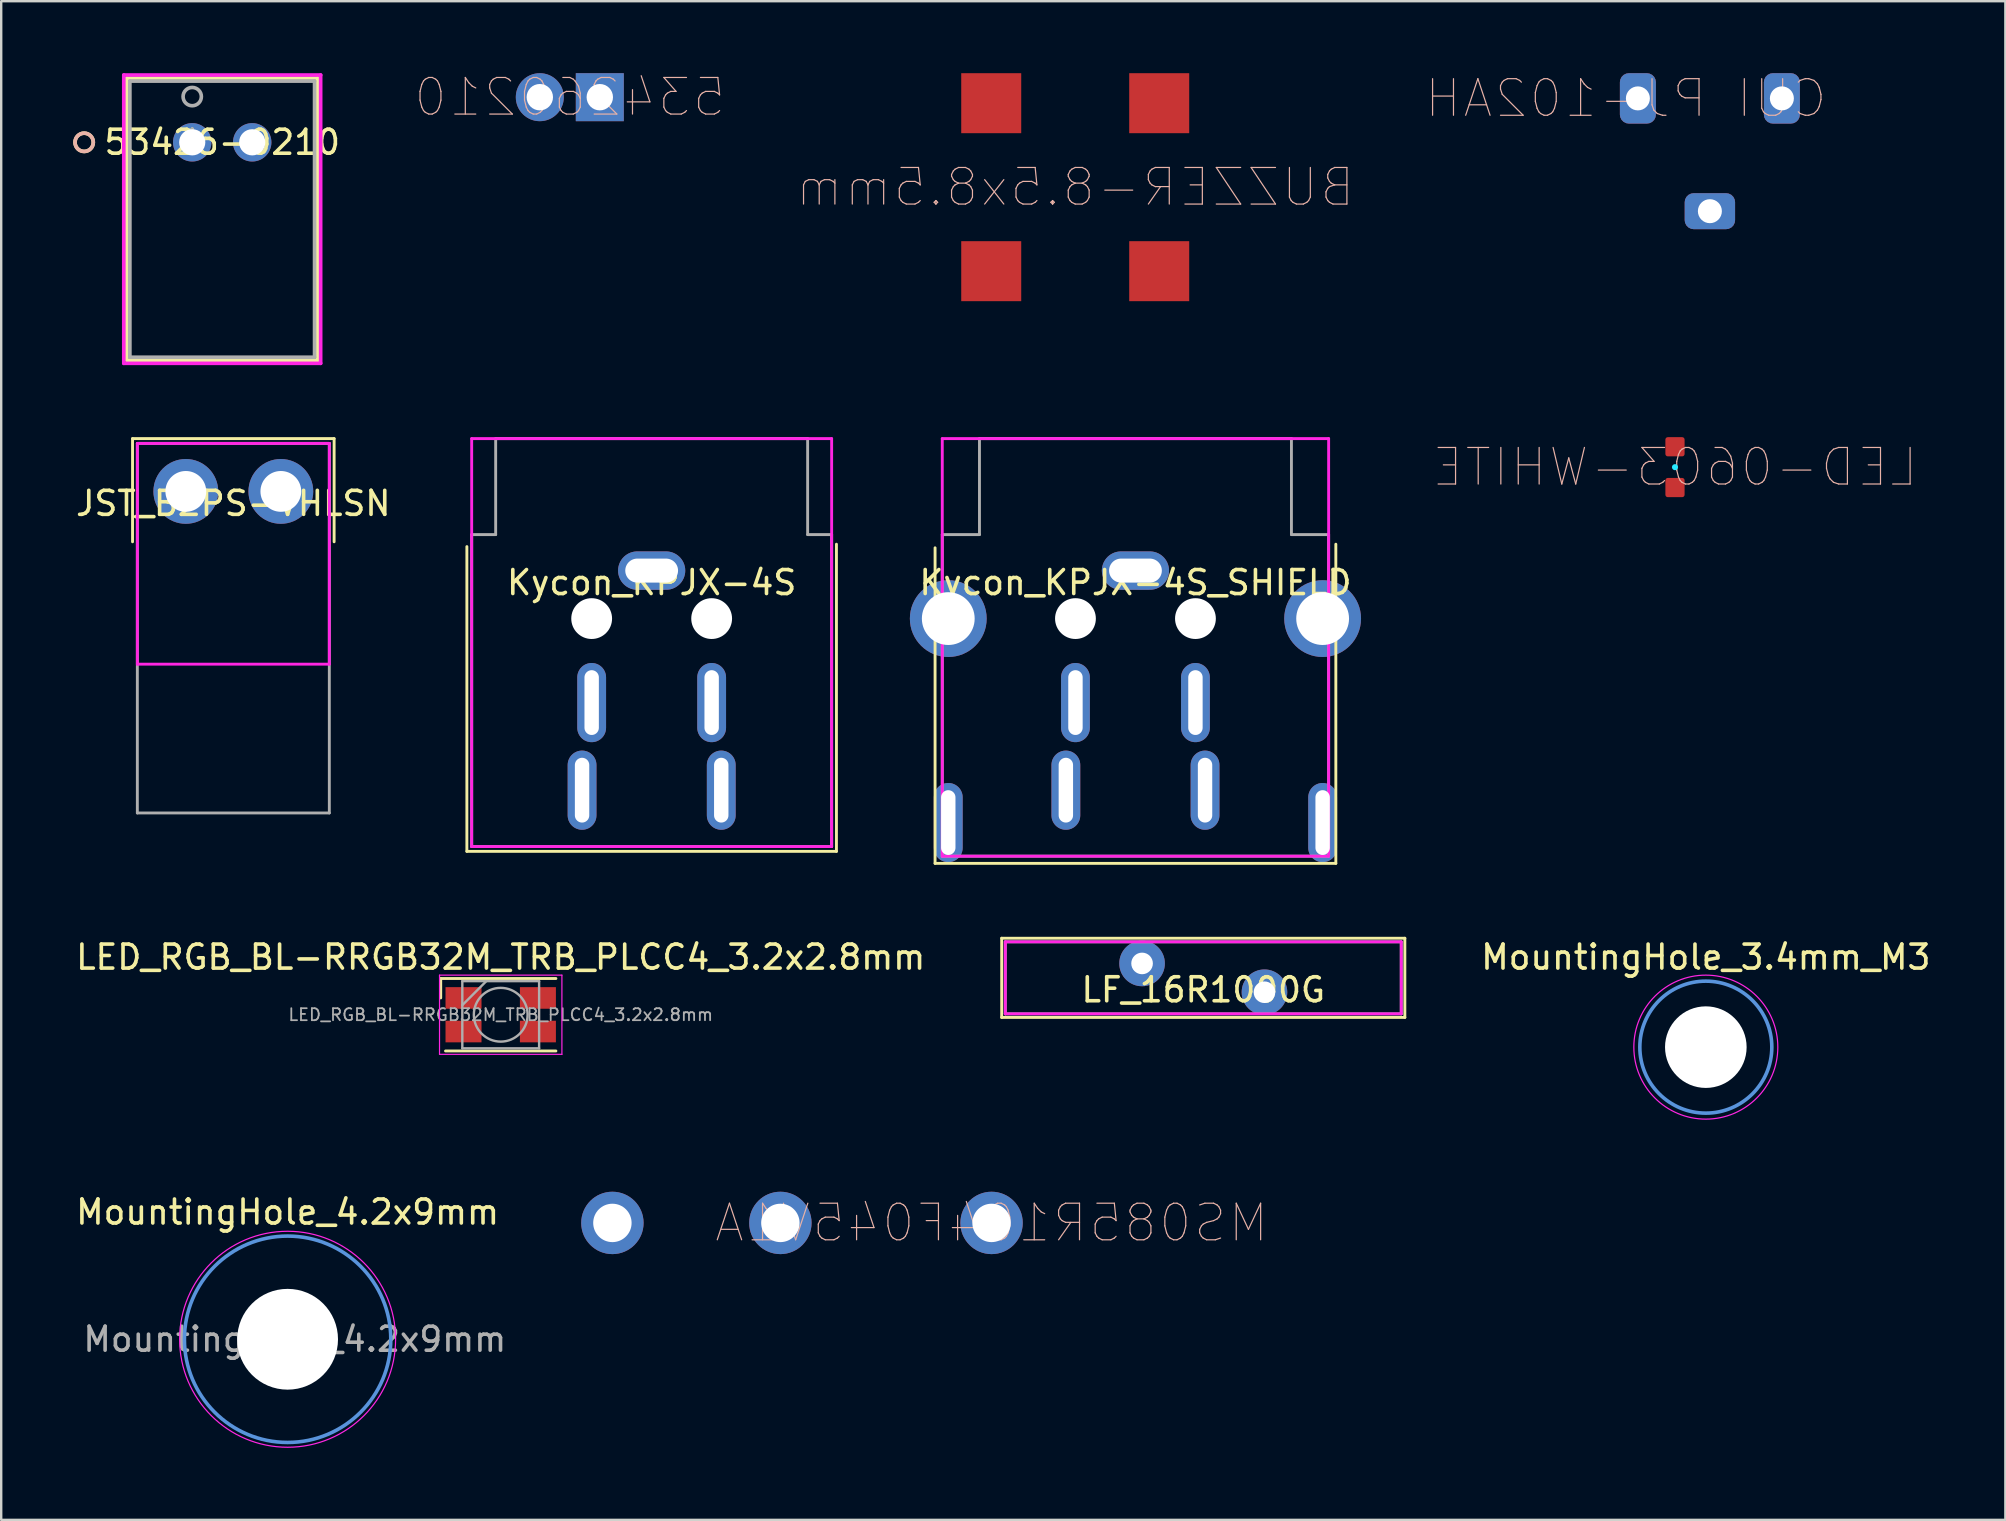
<source format=kicad_pcb>
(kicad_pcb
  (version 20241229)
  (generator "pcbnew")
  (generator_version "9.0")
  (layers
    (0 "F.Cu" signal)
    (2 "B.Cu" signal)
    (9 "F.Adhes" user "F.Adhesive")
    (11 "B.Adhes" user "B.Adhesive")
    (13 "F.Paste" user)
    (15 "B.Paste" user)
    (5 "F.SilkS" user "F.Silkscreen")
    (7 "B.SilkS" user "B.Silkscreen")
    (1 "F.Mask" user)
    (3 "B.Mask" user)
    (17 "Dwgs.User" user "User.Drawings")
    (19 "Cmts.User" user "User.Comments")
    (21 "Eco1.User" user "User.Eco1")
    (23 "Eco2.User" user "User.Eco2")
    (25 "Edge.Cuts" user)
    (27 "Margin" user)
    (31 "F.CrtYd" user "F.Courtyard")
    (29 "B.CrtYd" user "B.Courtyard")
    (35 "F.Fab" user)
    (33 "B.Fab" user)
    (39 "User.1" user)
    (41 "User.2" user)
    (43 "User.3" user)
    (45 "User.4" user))
  (footprint "LED_RGB_BL-RRGB32M_TRB_PLCC4_3.2x2.8mm"
    (layer "F.Cu")
    (at 17.815 39.235)
    (property "Reference" "LED_RGB_BL-RRGB32M_TRB_PLCC4_3.2x2.8mm" (at 0 -2.4 0) (layer "F.SilkS") (effects (font (size 1 1) (thickness 0.15))))
    (attr smd)
    (fp_line (start -2.5 -1.51) (end 2.3 -1.51) (stroke (width 0.12) (type solid)) (layer "F.SilkS"))
    (fp_line (start -2.5 -0.7) (end -2.5 -1.51) (stroke (width 0.12) (type solid)) (layer "F.SilkS"))
    (fp_line (start -2.3 1.51) (end 2.3 1.51) (stroke (width 0.12) (type solid)) (layer "F.SilkS"))
    (fp_line (start -2.55 -1.65) (end -2.55 1.65) (stroke (width 0.05) (type solid)) (layer "F.CrtYd"))
    (fp_line (start -2.55 1.65) (end 2.55 1.65) (stroke (width 0.05) (type solid)) (layer "F.CrtYd"))
    (fp_line (start 2.55 -1.65) (end -2.55 -1.65) (stroke (width 0.05) (type solid)) (layer "F.CrtYd"))
    (fp_line (start 2.55 1.65) (end 2.55 -1.65) (stroke (width 0.05) (type solid)) (layer "F.CrtYd"))
    (fp_line (start -1.6 -1.4) (end -1.6 1.4) (stroke (width 0.1) (type solid)) (layer "F.Fab"))
    (fp_line (start -1.6 1.4) (end 1.6 1.4) (stroke (width 0.1) (type solid)) (layer "F.Fab"))
    (fp_line (start -0.6 -1.4) (end -1.6 -0.4) (stroke (width 0.1) (type solid)) (layer "F.Fab"))
    (fp_line (start 1.6 -1.4) (end -1.6 -1.4) (stroke (width 0.1) (type solid)) (layer "F.Fab"))
    (fp_line (start 1.6 1.4) (end 1.6 -1.4) (stroke (width 0.1) (type solid)) (layer "F.Fab"))
    (fp_circle (center 0 0) (end 1.12 0) (stroke (width 0.1) (type solid)) (fill no) (layer "F.Fab"))
    (fp_text user "${REFERENCE}" (at 0 0 0) (layer "F.Fab") (effects (font (size 0.5 0.5) (thickness 0.075))))
    (pad "1" smd rect (at 1.55 0.7) (size 1.5 0.9) (layers "F.Cu" "F.Mask" "F.Paste"))
    (pad "2" smd rect (at 1.55 -0.7) (size 1.5 0.9) (layers "F.Cu" "F.Mask" "F.Paste"))
    (pad "3" smd rect (at -1.55 -0.7) (size 1.5 0.9) (layers "F.Cu" "F.Mask" "F.Paste"))
    (pad "4" smd rect (at -1.55 0.7) (size 1.5 0.9) (layers "F.Cu" "F.Mask" "F.Paste")))
  (footprint "534260210"
    (layer "F.Cu")
    (at 20.694 1)
    (property "Reference" "534260210" (at 0 0 0) (layer "B.SilkS") (effects (font (size 1.524 1.524) (thickness 0.05)) (justify mirror)))
    (attr smd)
    (pad "1" thru_hole rect (at 1.25 0 180) (size 2 2) (drill 1.1) (layers "*.Cu"))
    (pad "2" thru_hole circle (at -1.25 0 180) (size 2 2) (drill 1.1) (layers "*.Cu")))
  (footprint "Kycon_KPJX-4S_SHIELD"
    (layer "F.Cu")
    (at 44.265 20.727)
    (property "Reference" "Kycon_KPJX-4S_SHIELD" (at 0 0.5 0) (layer "F.SilkS") (effects (font (size 1 1) (thickness 0.15))))
    (attr through_hole)
    (fp_line (start -8.35 -0.95) (end -8.35 12.2) (stroke (width 0.12) (type solid)) (layer "F.SilkS"))
    (fp_line (start -8.35 12.2) (end 8.35 12.2) (stroke (width 0.12) (type solid)) (layer "F.SilkS"))
    (fp_line (start 8.35 12.2) (end 8.35 -1.1) (stroke (width 0.12) (type solid)) (layer "F.SilkS"))
    (fp_line (start -8.05 -5.5) (end -8.05 11.9) (stroke (width 0.12) (type solid)) (layer "F.CrtYd"))
    (fp_line (start -8.05 11.9) (end 8.05 11.9) (stroke (width 0.12) (type solid)) (layer "F.CrtYd"))
    (fp_line (start 8.05 -5.5) (end -8.05 -5.5) (stroke (width 0.12) (type solid)) (layer "F.CrtYd"))
    (fp_line (start 8.05 11.9) (end 8.05 -5.5) (stroke (width 0.12) (type solid)) (layer "F.CrtYd"))
    (fp_line (start -8.05 -1.5) (end -8.05 11.9) (stroke (width 0.12) (type solid)) (layer "F.Fab"))
    (fp_line (start -8.05 11.9) (end 8.05 11.9) (stroke (width 0.12) (type solid)) (layer "F.Fab"))
    (fp_line (start -6.5 -5.5) (end -6.5 -1.5) (stroke (width 0.12) (type solid)) (layer "F.Fab"))
    (fp_line (start -6.5 -1.5) (end -8.05 -1.5) (stroke (width 0.12) (type solid)) (layer "F.Fab"))
    (fp_line (start 6.5 -5.5) (end -6.5 -5.5) (stroke (width 0.12) (type solid)) (layer "F.Fab"))
    (fp_line (start 6.5 -1.5) (end 6.5 -5.5) (stroke (width 0.12) (type solid)) (layer "F.Fab"))
    (fp_line (start 8.05 -1.5) (end 6.5 -1.5) (stroke (width 0.12) (type solid)) (layer "F.Fab"))
    (fp_line (start 8.05 11.9) (end 8.05 -1.5) (stroke (width 0.12) (type solid)) (layer "F.Fab"))
    (pad "" np_thru_hole circle (at -2.5 2) (size 1.7 1.7) (drill 1.7) (layers "*.Cu" "*.Mask"))
    (pad "" thru_hole oval (at 0 0) (size 2.8 1.6) (drill oval 2.2 1) (layers "*.Cu" "*.Mask"))
    (pad "" np_thru_hole circle (at 2.5 2) (size 1.7 1.7) (drill 1.7) (layers "*.Cu" "*.Mask"))
    (pad "1" thru_hole oval (at 2.9 9.15) (size 1.2 3.3) (drill oval 0.6 2.7) (layers "*.Cu" "*.Mask"))
    (pad "2" thru_hole oval (at -2.9 9.15) (size 1.2 3.3) (drill oval 0.6 2.7) (layers "*.Cu" "*.Mask"))
    (pad "3" thru_hole oval (at 2.5 5.5) (size 1.2 3.3) (drill oval 0.6 2.7) (layers "*.Cu" "*.Mask"))
    (pad "4" thru_hole oval (at -2.5 5.5) (size 1.2 3.3) (drill oval 0.6 2.7) (layers "*.Cu" "*.Mask"))
    (pad "5" thru_hole oval (at 7.8 10.5) (size 1.2 3.3) (drill oval 0.6 2.7) (layers "*.Cu" "*.Mask"))
    (pad "6" thru_hole oval (at -7.8 10.5) (size 1.2 3.3) (drill oval 0.6 2.7) (layers "*.Cu" "*.Mask"))
    (pad "7" thru_hole circle (at 7.8 2) (size 3.2 3.2) (drill 2.2) (layers "*.Cu" "*.Mask"))
    (pad "8" thru_hole circle (at -7.8 2) (size 3.2 3.2) (drill 2.2) (layers "*.Cu" "*.Mask")))
  (footprint "Kycon_KPJX-4S"
    (layer "F.Cu")
    (at 24.105 20.727)
    (property "Reference" "Kycon_KPJX-4S" (at 0 0.5 0) (layer "F.SilkS") (effects (font (size 1 1) (thickness 0.15))))
    (attr through_hole)
    (fp_line (start -7.7 -1) (end -7.7 11.7) (stroke (width 0.12) (type solid)) (layer "F.SilkS"))
    (fp_line (start -7.7 11.7) (end 7.7 11.7) (stroke (width 0.12) (type solid)) (layer "F.SilkS"))
    (fp_line (start 7.7 11.7) (end 7.7 -1.1) (stroke (width 0.12) (type solid)) (layer "F.SilkS"))
    (fp_line (start -7.5 -5.5) (end -7.5 11.5) (stroke (width 0.12) (type solid)) (layer "F.CrtYd"))
    (fp_line (start -7.5 11.5) (end 7.5 11.5) (stroke (width 0.12) (type solid)) (layer "F.CrtYd"))
    (fp_line (start 7.5 -5.5) (end -7.5 -5.5) (stroke (width 0.12) (type solid)) (layer "F.CrtYd"))
    (fp_line (start 7.5 11.5) (end 7.5 -5.5) (stroke (width 0.12) (type solid)) (layer "F.CrtYd"))
    (fp_line (start -7.5 -1.5) (end -7.5 11.5) (stroke (width 0.12) (type solid)) (layer "F.Fab"))
    (fp_line (start -7.5 11.5) (end 7.5 11.5) (stroke (width 0.12) (type solid)) (layer "F.Fab"))
    (fp_line (start -6.5 -5.5) (end -6.5 -1.5) (stroke (width 0.12) (type solid)) (layer "F.Fab"))
    (fp_line (start -6.5 -1.5) (end -7.5 -1.5) (stroke (width 0.12) (type solid)) (layer "F.Fab"))
    (fp_line (start 6.5 -5.5) (end -6.5 -5.5) (stroke (width 0.12) (type solid)) (layer "F.Fab"))
    (fp_line (start 6.5 -1.5) (end 6.5 -5.5) (stroke (width 0.12) (type solid)) (layer "F.Fab"))
    (fp_line (start 7.5 -1.5) (end 6.5 -1.5) (stroke (width 0.12) (type solid)) (layer "F.Fab"))
    (fp_line (start 7.5 11.5) (end 7.5 -1.5) (stroke (width 0.12) (type solid)) (layer "F.Fab"))
    (pad "" np_thru_hole circle (at -2.5 2) (size 1.7 1.7) (drill 1.7) (layers "*.Cu" "*.Mask"))
    (pad "" np_thru_hole circle (at 2.5 2) (size 1.7 1.7) (drill 1.7) (layers "*.Cu" "*.Mask"))
    (pad "1" thru_hole oval (at 2.9 9.15) (size 1.2 3.3) (drill oval 0.6 2.7) (layers "*.Cu" "*.Mask"))
    (pad "2" thru_hole oval (at -2.9 9.15) (size 1.2 3.3) (drill oval 0.6 2.7) (layers "*.Cu" "*.Mask"))
    (pad "3" thru_hole oval (at 2.5 5.5) (size 1.2 3.3) (drill oval 0.6 2.7) (layers "*.Cu" "*.Mask"))
    (pad "4" thru_hole oval (at -2.5 5.5) (size 1.2 3.3) (drill oval 0.6 2.7) (layers "*.Cu" "*.Mask"))
    (pad "5" thru_hole oval (at 0 0) (size 2.8 1.6) (drill oval 2.2 1) (layers "*.Cu" "*.Mask")))
  (footprint "MountingHole_3.4mm_M3"
    (layer "F.Cu")
    (at 68.033 40.585)
    (property "Reference" "MountingHole_3.4mm_M3" (at 0 -3.75 0) (layer "F.SilkS") (effects (font (size 1 1) (thickness 0.15))))
    (attr exclude_from_pos_files exclude_from_bom)
    (fp_circle (center 0 0) (end 2.75 0) (stroke (width 0.15) (type solid)) (fill no) (layer "Cmts.User"))
    (fp_circle (center 0 0) (end 3 0) (stroke (width 0.05) (type solid)) (fill no) (layer "F.CrtYd"))
    (pad "" np_thru_hole circle (at 0 0) (size 3.4 3.4) (drill 3.4) (layers "*.Cu" "*.Mask")))
  (footprint "LED-0603-WHITE"
    (layer "F.Cu")
    (at 66.748 16.417)
    (property "Reference" "LED-0603-WHITE" (at 0 0 0) (layer "B.SilkS") (effects (font (size 1.524 1.524) (thickness 0.05)) (justify mirror)))
    (attr smd)
    (pad "" smd circle (at 0 0 270) (size 0.254 0.254) (layers "B.CrtYd"))
    (pad "A" smd roundrect (at 0 -0.85 270) (size 0.8 0.8) (layers "F.Cu") (roundrect_rratio 0.125))
    (pad "K" smd roundrect (at 0 0.85 270) (size 0.8 0.8) (layers "F.Cu") (roundrect_rratio 0.125)))
  (footprint "MS085R104F045V1A"
    (layer "F.Cu")
    (at 38.269 47.91)
    (property "Reference" "MS085R104F045V1A" (at 0 0 0) (layer "B.SilkS") (effects (font (size 1.524 1.524) (thickness 0.05)) (justify mirror)))
    (attr smd)
    (pad "" np_thru_hole circle (at -12.7 4.8 180) (size 0.001 0.001) (drill 2.5) (layers "*.Cu"))
    (pad "" np_thru_hole circle (at -3.2 4.8 180) (size 0.001 0.001) (drill 2.5) (layers "*.Cu"))
    (pad "1" thru_hole circle (at 0 0 180) (size 2.6 2.6) (drill 1.6) (layers "*.Cu"))
    (pad "2" thru_hole circle (at -15.8 0 180) (size 2.6 2.6) (drill 1.6) (layers "*.Cu"))
    (pad "3" thru_hole circle (at -8.8 0 180) (size 2.6 2.6) (drill 1.6) (layers "*.Cu")))
  (footprint "BUZZER-8.5x8.5mm"
    (layer "F.Cu")
    (at 41.755 4.75)
    (property "Reference" "BUZZER-8.5x8.5mm" (at 0 0 0) (layer "B.SilkS") (effects (font (size 1.524 1.524) (thickness 0.05)) (justify mirror)))
    (attr smd)
    (pad "+" smd rect (at -3.5 -3.5) (size 2.5 2.5) (layers "F.Cu"))
    (pad "-" smd rect (at -3.5 3.5) (size 2.5 2.5) (layers "F.Cu"))
    (pad "0" smd rect (at 3.5 -3.5) (size 2.5 2.5) (layers "F.Cu"))
    (pad "0" smd rect (at 3.5 3.5) (size 2.5 2.5) (layers "F.Cu")))
  (footprint "LF_16R1000G"
    (layer "F.Cu")
    (at 47.091 37.697)
    (property "Reference" "LF_16R1000G" (at 0 0.5 0) (layer "F.SilkS") (effects (font (size 1 1) (thickness 0.15))))
    (attr through_hole)
    (fp_line (start -8.4 -1.65) (end -8.4 1.65) (stroke (width 0.12) (type solid)) (layer "F.SilkS"))
    (fp_line (start -8.4 1.65) (end 8.4 1.65) (stroke (width 0.12) (type solid)) (layer "F.SilkS"))
    (fp_line (start 8.4 -1.65) (end -8.4 -1.65) (stroke (width 0.12) (type solid)) (layer "F.SilkS"))
    (fp_line (start 8.4 1.65) (end 8.4 -1.65) (stroke (width 0.12) (type solid)) (layer "F.SilkS"))
    (fp_line (start -8.25 -1.5) (end -8.25 1.5) (stroke (width 0.12) (type solid)) (layer "F.CrtYd"))
    (fp_line (start -8.25 1.5) (end 8.25 1.5) (stroke (width 0.12) (type solid)) (layer "F.CrtYd"))
    (fp_line (start 8.25 -1.5) (end -8.25 -1.5) (stroke (width 0.12) (type solid)) (layer "F.CrtYd"))
    (fp_line (start 8.25 1.5) (end 8.25 -1.5) (stroke (width 0.12) (type solid)) (layer "F.CrtYd"))
    (fp_line (start -8.25 -1.5) (end -8.25 1.5) (stroke (width 0.12) (type solid)) (layer "F.Fab"))
    (fp_line (start -8.25 1.5) (end 8.25 1.5) (stroke (width 0.12) (type solid)) (layer "F.Fab"))
    (fp_line (start 8.25 -1.5) (end -8.25 -1.5) (stroke (width 0.12) (type solid)) (layer "F.Fab"))
    (fp_line (start 8.25 1.5) (end 8.25 -1.5) (stroke (width 0.12) (type solid)) (layer "F.Fab"))
    (pad "1" thru_hole circle (at -2.55 -0.6) (size 1.9 1.9) (drill 0.9) (layers "*.Cu" "*.Mask"))
    (pad "2" thru_hole circle (at 2.55 0.6) (size 1.9 1.9) (drill 0.9) (layers "*.Cu" "*.Mask")))
  (footprint "53426-0210"
    (layer "F.Cu")
    (at 4.96 2.88)
    (property "Reference" "53426-0210" (at 1.25 0 0) (layer "F.SilkS") (effects (font (size 1 1) (thickness 0.15))))
    (attr through_hole)
    (fp_line (start -2.725 -2.677) (end -2.725 9.083) (stroke (width 0.152) (type solid)) (layer "F.SilkS"))
    (fp_line (start -2.725 9.083) (end 5.225 9.083) (stroke (width 0.152) (type solid)) (layer "F.SilkS"))
    (fp_line (start 5.225 -2.677) (end -2.725 -2.677) (stroke (width 0.152) (type solid)) (layer "F.SilkS"))
    (fp_line (start 5.225 9.083) (end 5.225 -2.677) (stroke (width 0.152) (type solid)) (layer "F.SilkS"))
    (fp_circle (center -4.503 0) (end -4.122 0) (stroke (width 0.152) (type solid)) (fill no) (layer "F.SilkS"))
    (fp_circle (center -4.503 0) (end -4.122 0) (stroke (width 0.152) (type solid)) (fill no) (layer "B.SilkS"))
    (fp_line (start -2.852 -2.804) (end -2.852 9.21) (stroke (width 0.152) (type solid)) (layer "F.CrtYd"))
    (fp_line (start -2.852 9.21) (end 5.352 9.21) (stroke (width 0.152) (type solid)) (layer "F.CrtYd"))
    (fp_line (start 5.352 -2.804) (end -2.852 -2.804) (stroke (width 0.152) (type solid)) (layer "F.CrtYd"))
    (fp_line (start 5.352 9.21) (end 5.352 -2.804) (stroke (width 0.152) (type solid)) (layer "F.CrtYd"))
    (fp_line (start -2.598 -2.55) (end -2.598 8.956) (stroke (width 0.152) (type solid)) (layer "F.Fab"))
    (fp_line (start -2.598 8.956) (end 5.098 8.956) (stroke (width 0.152) (type solid)) (layer "F.Fab"))
    (fp_line (start 5.098 -2.55) (end -2.598 -2.55) (stroke (width 0.152) (type solid)) (layer "F.Fab"))
    (fp_line (start 5.098 8.956) (end 5.098 -2.55) (stroke (width 0.152) (type solid)) (layer "F.Fab"))
    (fp_circle (center 0 -1.905) (end 0.381 -1.905) (stroke (width 0.152) (type solid)) (fill no) (layer "F.Fab"))
    (fp_text user "*" (at 0 0 0) (layer "F.SilkS") (effects (font (size 1 1) (thickness 0.15))))
    (fp_text user "Copyright 2016 Accelerated Designs. All rights reserved." (at 0 0 0) (layer "Cmts.User") (effects (font (size 0.127 0.127) (thickness 0.002))))
    (fp_text user "*" (at 0 0 0) (layer "F.Fab") (effects (font (size 1 1) (thickness 0.15))))
    (pad "1" thru_hole circle (at 0 0) (size 1.6 1.6) (drill 1.092) (layers "*.Cu" "*.Mask"))
    (pad "2" thru_hole circle (at 2.5 0) (size 1.6 1.6) (drill 1.092) (layers "*.Cu" "*.Mask")))
  (footprint "JST_B2PS-VHLSN"
    (layer "F.Cu")
    (at 6.673 17.427)
    (property "Reference" "JST_B2PS-VHLSN" (at 0 0.5 0) (layer "F.SilkS") (effects (font (size 1 1) (thickness 0.15))))
    (attr through_hole)
    (fp_line (start -4.2 -2.2) (end 4.2 -2.2) (stroke (width 0.12) (type solid)) (layer "F.SilkS"))
    (fp_line (start -4.2 2.1) (end -4.2 -2.2) (stroke (width 0.12) (type solid)) (layer "F.SilkS"))
    (fp_line (start 4.2 -2.2) (end 4.2 2.1) (stroke (width 0.12) (type solid)) (layer "F.SilkS"))
    (fp_line (start -4 -2) (end -4 7.2) (stroke (width 0.12) (type solid)) (layer "F.CrtYd"))
    (fp_line (start -4 7.2) (end 4 7.2) (stroke (width 0.12) (type solid)) (layer "F.CrtYd"))
    (fp_line (start 4 -2) (end -4 -2) (stroke (width 0.12) (type solid)) (layer "F.CrtYd"))
    (fp_line (start 4 7.2) (end 4 -2) (stroke (width 0.12) (type solid)) (layer "F.CrtYd"))
    (fp_line (start -4 -2) (end -4 13.4) (stroke (width 0.12) (type solid)) (layer "F.Fab"))
    (fp_line (start -4 13.4) (end 4 13.4) (stroke (width 0.12) (type solid)) (layer "F.Fab"))
    (fp_line (start 4 -2) (end -4 -2) (stroke (width 0.12) (type solid)) (layer "F.Fab"))
    (fp_line (start 4 13.4) (end 4 -2) (stroke (width 0.12) (type solid)) (layer "F.Fab"))
    (pad "1" thru_hole circle (at -1.98 0) (size 2.7 2.7) (drill 1.7) (layers "*.Cu" "*.Mask"))
    (pad "2" thru_hole circle (at 1.98 0) (size 2.7 2.7) (drill 1.7) (layers "*.Cu" "*.Mask")))
  (footprint "MountingHole_4.2x9mm"
    (layer "F.Cu")
    (at 8.935 52.758)
    (property "Reference" "MountingHole_4.2x9mm" (at 0 -5.3 0) (layer "F.SilkS") (effects (font (size 1 1) (thickness 0.15))))
    (attr exclude_from_pos_files exclude_from_bom)
    (fp_circle (center 0 0) (end 4.3 0) (stroke (width 0.15) (type solid)) (fill no) (layer "Cmts.User"))
    (fp_circle (center 0 0) (end 4.5 0) (stroke (width 0.05) (type solid)) (fill no) (layer "F.CrtYd"))
    (fp_text user "${REFERENCE}" (at 0.3 0 0) (layer "F.Fab") (effects (font (size 1 1) (thickness 0.15))))
    (pad "" np_thru_hole circle (at 0 0) (size 4.2 4.2) (drill 4.2) (layers "*.Cu" "*.Mask")))
  (footprint "CUI PJ-102AH"
    (layer "F.Cu")
    (at 64.702 1.05)
    (property "Reference" "CUI PJ-102AH" (at 0 0 0) (layer "B.SilkS") (effects (font (size 1.524 1.524) (thickness 0.05)) (justify mirror)))
    (attr smd)
    (pad "1" thru_hole roundrect (at 6.5 0 90) (size 2.1 1.5) (drill 1) (layers "*.Cu") (roundrect_rratio 0.25))
    (pad "2" thru_hole roundrect (at 0.5 0 90) (size 2.1 1.5) (drill 1) (layers "*.Cu") (roundrect_rratio 0.25))
    (pad "3" thru_hole roundrect (at 3.5 4.7 180) (size 2.1 1.5) (drill 1) (layers "*.Cu") (roundrect_rratio 0.25)))
  (gr_rect
    (start -3 -3)
    (end 80.515 60.283)
    (stroke (width 0.1) (type default))
    (fill no)
    (layer "Edge.Cuts")))
</source>
